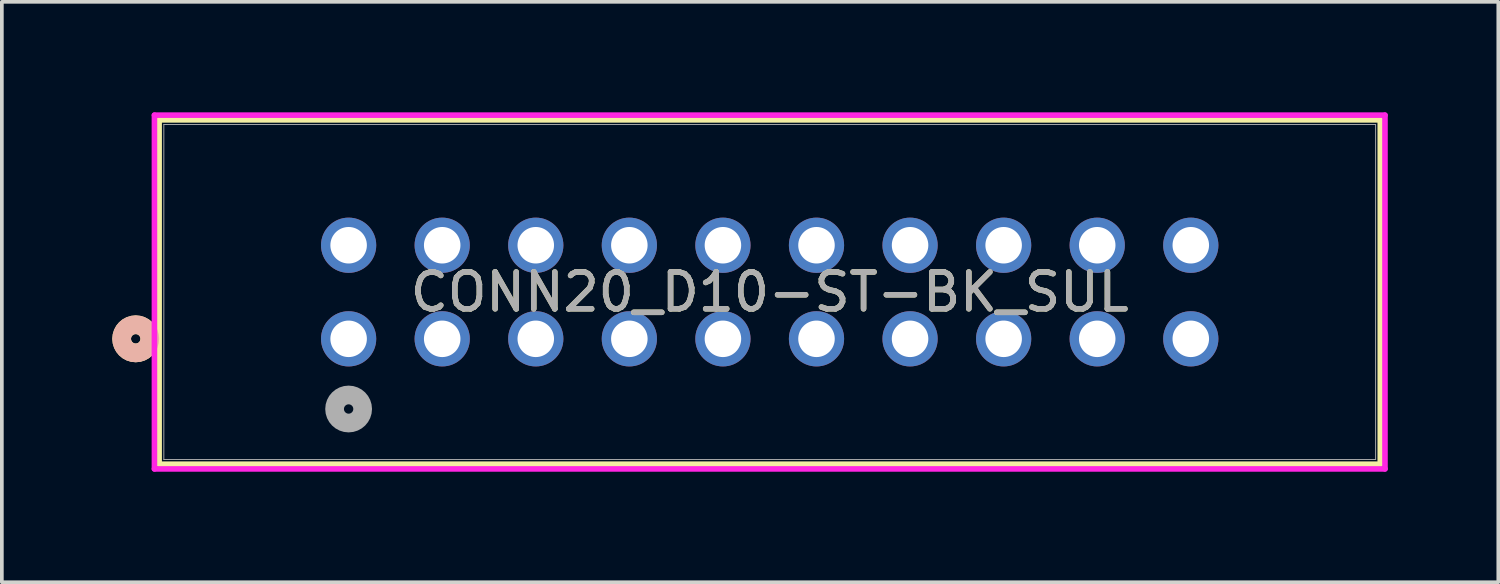
<source format=kicad_pcb>
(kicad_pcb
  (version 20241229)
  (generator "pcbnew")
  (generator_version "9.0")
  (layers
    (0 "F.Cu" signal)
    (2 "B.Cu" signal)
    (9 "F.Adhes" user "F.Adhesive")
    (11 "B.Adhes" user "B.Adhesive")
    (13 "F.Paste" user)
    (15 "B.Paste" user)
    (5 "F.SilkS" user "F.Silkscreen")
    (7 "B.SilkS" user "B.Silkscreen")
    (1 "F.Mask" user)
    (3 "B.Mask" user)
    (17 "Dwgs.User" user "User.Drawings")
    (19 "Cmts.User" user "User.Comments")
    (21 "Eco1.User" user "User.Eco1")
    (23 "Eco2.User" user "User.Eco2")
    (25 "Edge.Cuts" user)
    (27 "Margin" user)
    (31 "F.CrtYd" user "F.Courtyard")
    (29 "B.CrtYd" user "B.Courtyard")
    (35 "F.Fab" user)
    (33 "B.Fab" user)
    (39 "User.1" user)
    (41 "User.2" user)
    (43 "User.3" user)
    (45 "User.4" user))
  (footprint "CONN20_D10-ST-BK_SUL"
    (layer "F.Cu")
    (at 6.413 6.147)
    (property "Reference" "CONN20_D10-ST-BK_SUL" (at 11.43 -1.27 0) (unlocked yes) (layer "F.SilkS") (effects (font (size 1 1) (thickness 0.15))))
    (attr through_hole)
    (fp_line (start -5.144 -5.944) (end -5.144 3.404) (stroke (width 0.152) (type solid)) (layer "F.SilkS"))
    (fp_line (start -5.144 3.404) (end 28.003 3.404) (stroke (width 0.152) (type solid)) (layer "F.SilkS"))
    (fp_line (start 28.003 -5.944) (end -5.144 -5.944) (stroke (width 0.152) (type solid)) (layer "F.SilkS"))
    (fp_line (start 28.003 3.404) (end 28.003 -5.944) (stroke (width 0.152) (type solid)) (layer "F.SilkS"))
    (fp_circle (center -5.779 0) (end -5.397 0) (stroke (width 0.508) (type solid)) (fill no) (layer "F.SilkS"))
    (fp_circle (center -5.779 0) (end -5.397 0) (stroke (width 0.508) (type solid)) (fill no) (layer "B.SilkS"))
    (fp_line (start -5.271 -6.071) (end -5.271 3.531) (stroke (width 0.152) (type solid)) (layer "F.CrtYd"))
    (fp_line (start -5.271 3.531) (end 28.131 3.531) (stroke (width 0.152) (type solid)) (layer "F.CrtYd"))
    (fp_line (start 28.131 -6.071) (end -5.271 -6.071) (stroke (width 0.152) (type solid)) (layer "F.CrtYd"))
    (fp_line (start 28.131 3.531) (end 28.131 -6.071) (stroke (width 0.152) (type solid)) (layer "F.CrtYd"))
    (fp_line (start -5.016 -5.817) (end -5.016 3.277) (stroke (width 0.025) (type solid)) (layer "F.Fab"))
    (fp_line (start -5.016 3.277) (end 27.877 3.277) (stroke (width 0.025) (type solid)) (layer "F.Fab"))
    (fp_line (start 27.877 -5.817) (end -5.016 -5.817) (stroke (width 0.025) (type solid)) (layer "F.Fab"))
    (fp_line (start 27.877 3.277) (end 27.877 -5.817) (stroke (width 0.025) (type solid)) (layer "F.Fab"))
    (fp_circle (center 0 1.905) (end 0.381 1.905) (stroke (width 0.508) (type solid)) (fill no) (layer "F.Fab"))
    (fp_text user "${REFERENCE}" (at 11.43 -1.27 0) (unlocked yes) (layer "F.Fab") (effects (font (size 1 1) (thickness 0.15))))
    (pad "1" thru_hole circle (at 0 0) (size 1.499 1.499) (drill 0.991) (layers "*.Cu" "*.Mask"))
    (pad "2" thru_hole circle (at 0 -2.54) (size 1.499 1.499) (drill 0.991) (layers "*.Cu" "*.Mask"))
    (pad "3" thru_hole circle (at 2.54 0) (size 1.499 1.499) (drill 0.991) (layers "*.Cu" "*.Mask"))
    (pad "4" thru_hole circle (at 2.54 -2.54) (size 1.499 1.499) (drill 0.991) (layers "*.Cu" "*.Mask"))
    (pad "5" thru_hole circle (at 5.08 0) (size 1.499 1.499) (drill 0.991) (layers "*.Cu" "*.Mask"))
    (pad "6" thru_hole circle (at 5.08 -2.54) (size 1.499 1.499) (drill 0.991) (layers "*.Cu" "*.Mask"))
    (pad "7" thru_hole circle (at 7.62 0) (size 1.499 1.499) (drill 0.991) (layers "*.Cu" "*.Mask"))
    (pad "8" thru_hole circle (at 7.62 -2.54) (size 1.499 1.499) (drill 0.991) (layers "*.Cu" "*.Mask"))
    (pad "9" thru_hole circle (at 10.16 0) (size 1.499 1.499) (drill 0.991) (layers "*.Cu" "*.Mask"))
    (pad "10" thru_hole circle (at 10.16 -2.54) (size 1.499 1.499) (drill 0.991) (layers "*.Cu" "*.Mask"))
    (pad "11" thru_hole circle (at 12.7 0) (size 1.499 1.499) (drill 0.991) (layers "*.Cu" "*.Mask"))
    (pad "12" thru_hole circle (at 12.7 -2.54) (size 1.499 1.499) (drill 0.991) (layers "*.Cu" "*.Mask"))
    (pad "13" thru_hole circle (at 15.24 0) (size 1.499 1.499) (drill 0.991) (layers "*.Cu" "*.Mask"))
    (pad "14" thru_hole circle (at 15.24 -2.54) (size 1.499 1.499) (drill 0.991) (layers "*.Cu" "*.Mask"))
    (pad "15" thru_hole circle (at 17.78 0) (size 1.499 1.499) (drill 0.991) (layers "*.Cu" "*.Mask"))
    (pad "16" thru_hole circle (at 17.78 -2.54) (size 1.499 1.499) (drill 0.991) (layers "*.Cu" "*.Mask"))
    (pad "17" thru_hole circle (at 20.32 0) (size 1.499 1.499) (drill 0.991) (layers "*.Cu" "*.Mask"))
    (pad "18" thru_hole circle (at 20.32 -2.54) (size 1.499 1.499) (drill 0.991) (layers "*.Cu" "*.Mask"))
    (pad "19" thru_hole circle (at 22.86 0) (size 1.499 1.499) (drill 0.991) (layers "*.Cu" "*.Mask"))
    (pad "20" thru_hole circle (at 22.86 -2.54) (size 1.499 1.499) (drill 0.991) (layers "*.Cu" "*.Mask")))
  (gr_rect
    (start -3 -3)
    (end 37.62 12.754)
    (stroke (width 0.1) (type default))
    (fill no)
    (layer "Edge.Cuts")))
</source>
